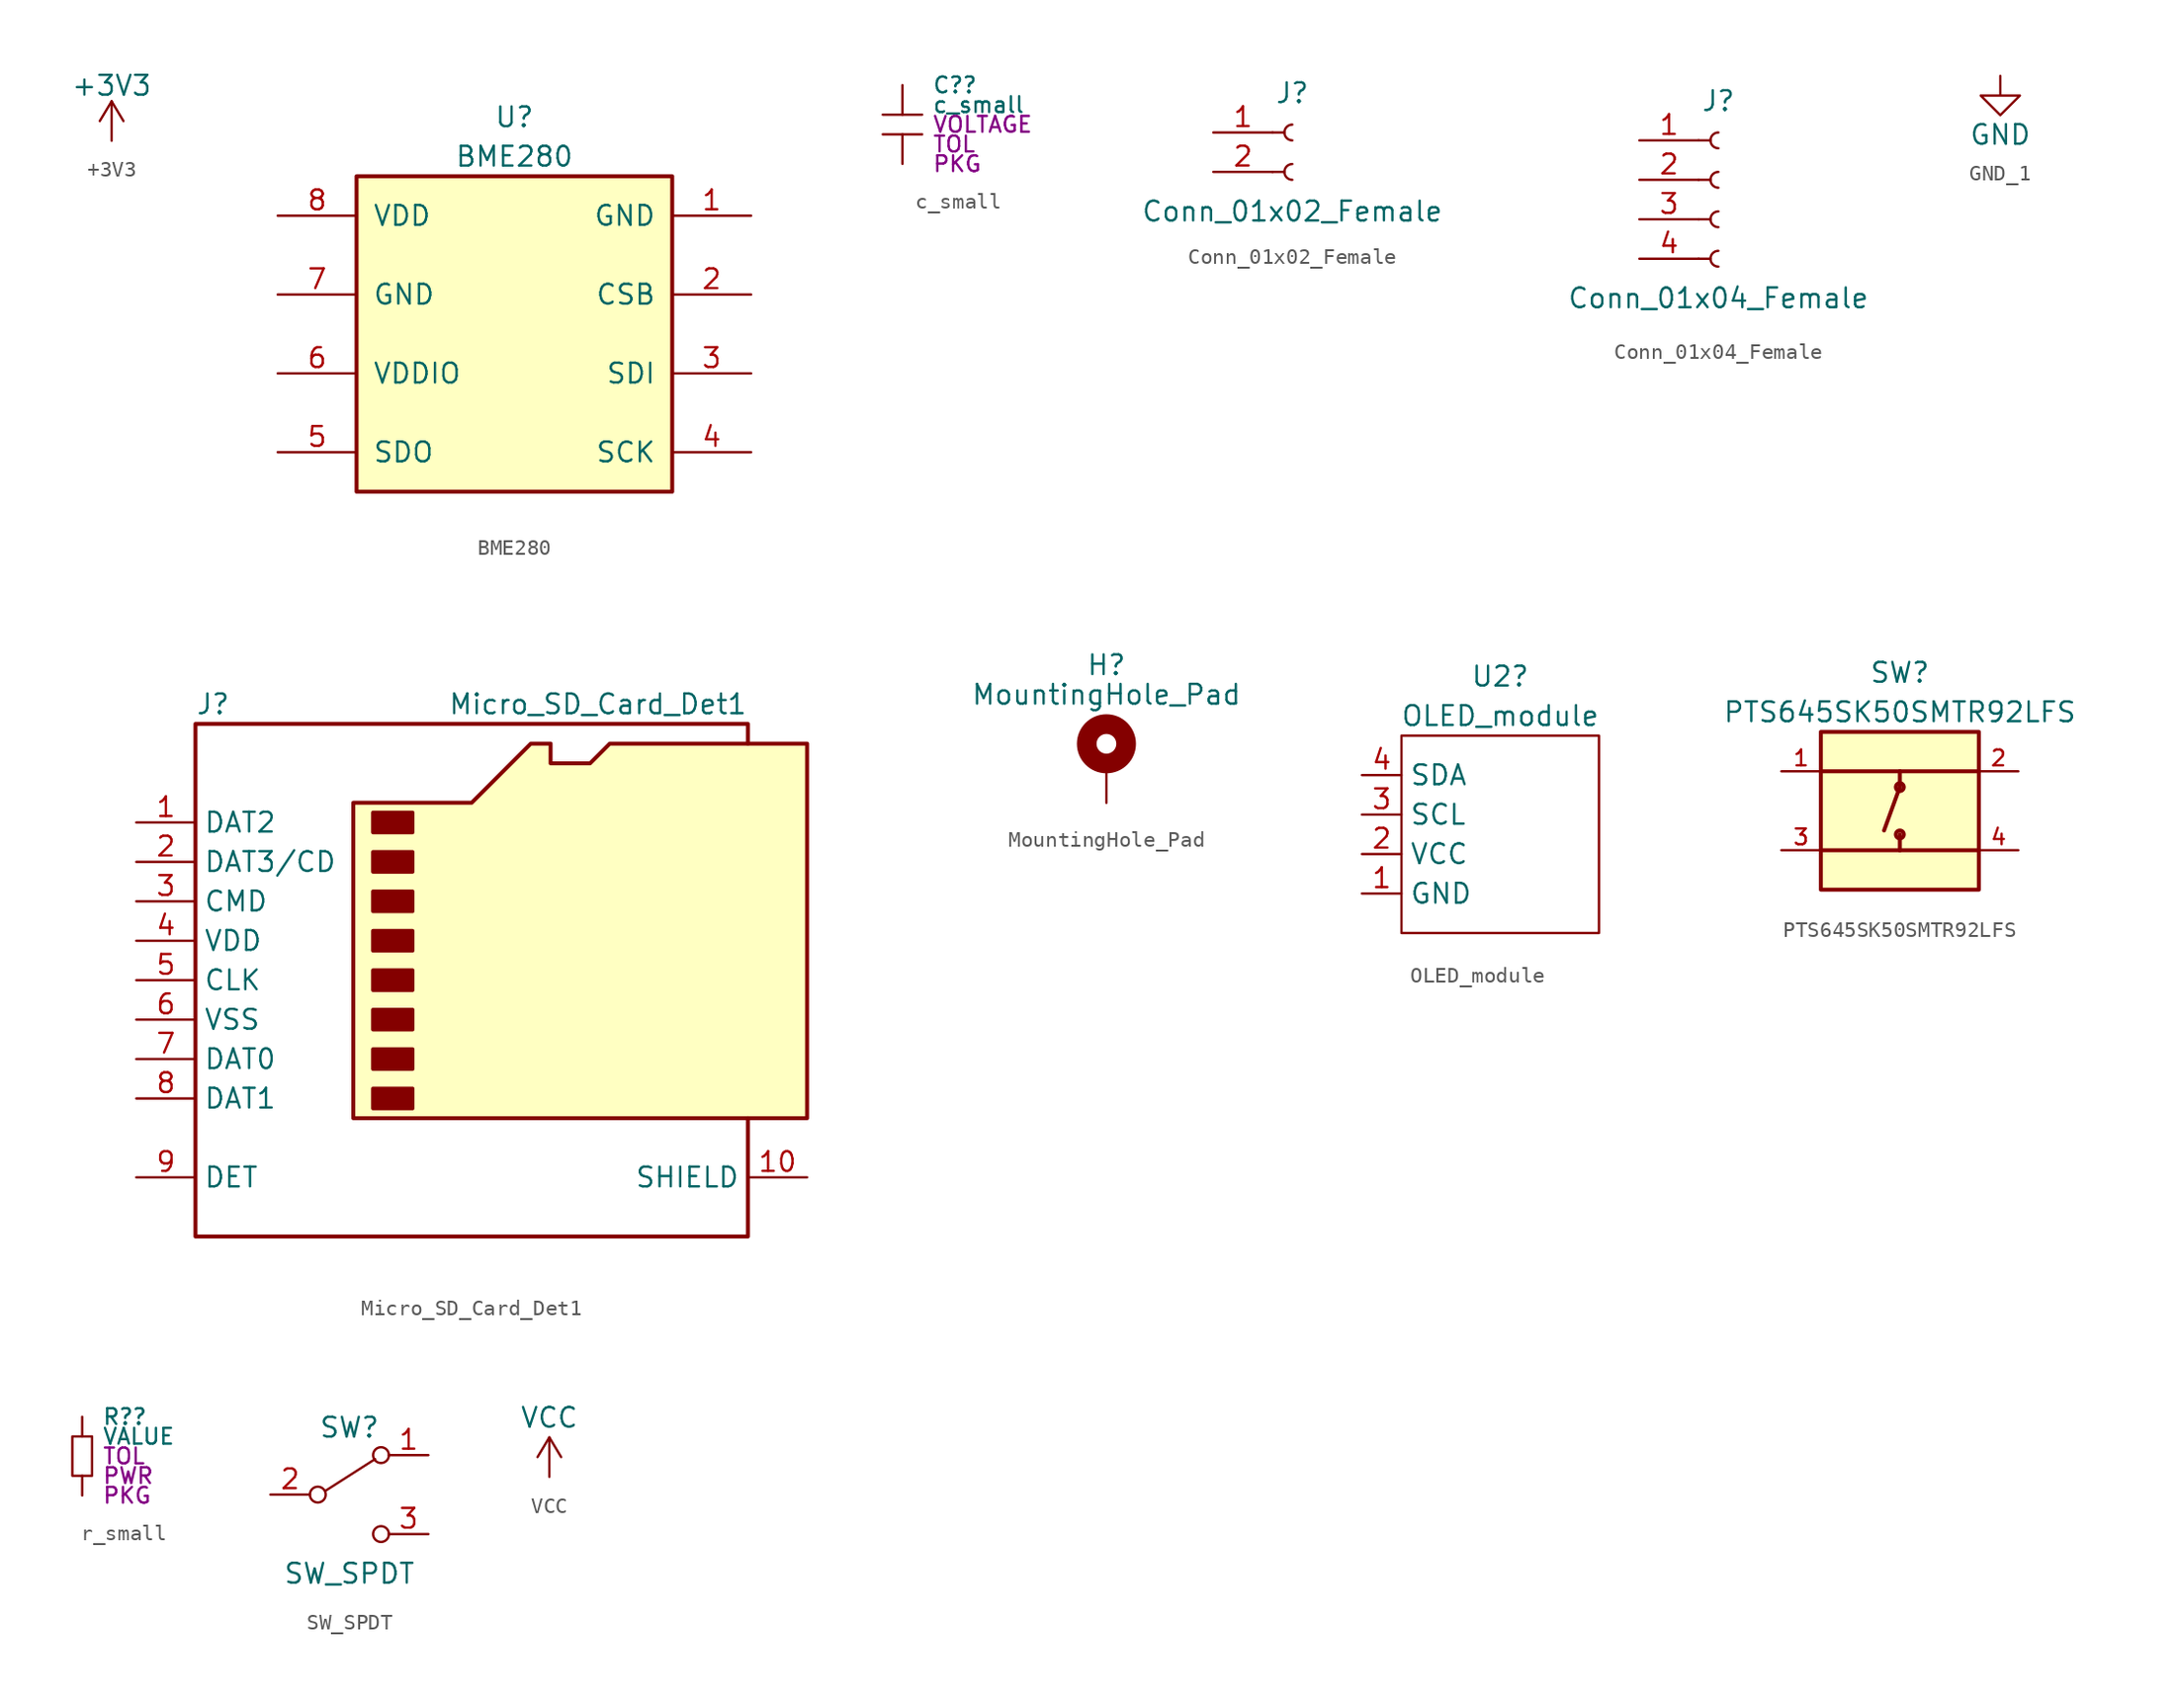
<source format=kicad_sym>
(kicad_symbol_lib
  (version 20241209)
  (generator "kicad_symbol_editor")
  (generator_version "9.0")
  (symbol "+3V3"
    (power)
    (pin_names
      (offset 0))
    (property "Reference" "#PWR"
      (at 0 -3.81 0)
      (effects (font (size 1.27 1.27)) (hide yes)))
    (property "Value" "+3V3"
      (at 0 3.556 0)
      (effects (font (size 1.27 1.27))))
    (symbol "+3V3_0_1"
      (polyline (pts (xy -0.762 1.27) (xy 0 2.54)) (stroke (width 0) (type default)) (fill (type none)))
      (polyline (pts (xy 0 2.54) (xy 0.762 1.27)) (stroke (width 0) (type default)) (fill (type none)))
      (polyline (pts (xy 0 0) (xy 0 2.54)) (stroke (width 0) (type default)) (fill (type none))))
    (symbol "+3V3_1_1"
      (pin power_in line (at 0 0 90) (length 0) (hide yes) (name "+3V3" (effects (font (size 1.27 1.27)))) (number "1" (effects (font (size 1.27 1.27)))))))
  (symbol "BME280"
    (pin_names
      (offset 1.016))
    (property "Reference" "U"
      (at 0 13.97 0)
      (do_not_autoplace)
      (effects (font (size 1.27 1.27))))
    (property "Value" "BME280"
      (at 0 11.43 0)
      (do_not_autoplace)
      (effects (font (size 1.27 1.27))))
    (symbol "BME280_1_1"
      (rectangle (start -10.16 10.16) (end 10.16 -10.16) (stroke (width 0.254) (type default)) (fill (type background)))
      (pin power_in line (at -15.24 7.62 0) (length 5.08) (name "VDD" (effects (font (size 1.27 1.27)))) (number "8" (effects (font (size 1.27 1.27)))))
      (pin power_in line (at -15.24 2.54 0) (length 5.08) (name "GND" (effects (font (size 1.27 1.27)))) (number "7" (effects (font (size 1.27 1.27)))))
      (pin power_in line (at -15.24 -2.54 0) (length 5.08) (name "VDDIO" (effects (font (size 1.27 1.27)))) (number "6" (effects (font (size 1.27 1.27)))))
      (pin bidirectional line (at -15.24 -7.62 0) (length 5.08) (name "SDO" (effects (font (size 1.27 1.27)))) (number "5" (effects (font (size 1.27 1.27)))))
      (pin power_in line (at 15.24 7.62 180) (length 5.08) (name "GND" (effects (font (size 1.27 1.27)))) (number "1" (effects (font (size 1.27 1.27)))))
      (pin input line (at 15.24 2.54 180) (length 5.08) (name "CSB" (effects (font (size 1.27 1.27)))) (number "2" (effects (font (size 1.27 1.27)))))
      (pin bidirectional line (at 15.24 -2.54 180) (length 5.08) (name "SDI" (effects (font (size 1.27 1.27)))) (number "3" (effects (font (size 1.27 1.27)))))
      (pin input line (at 15.24 -7.62 180) (length 5.08) (name "SCK" (effects (font (size 1.27 1.27)))) (number "4" (effects (font (size 1.27 1.27)))))))
  (symbol "c_small"
    (property "Reference" "C?"
      (at 1.905 2.54 0)
      (do_not_autoplace)
      (effects (font (size 1.016 1.016)) (justify left)))
    (property "Value" "c_small"
      (at 1.905 1.27 0)
      (do_not_autoplace)
      (effects (font (size 1.016 1.016)) (justify left)))
    (property "Tolerance" "TOL"
      (at 1.905 -1.27 0)
      (do_not_autoplace)
      (effects (font (size 1.016 1.016)) (justify left)))
    (property "Voltage Rating" "VOLTAGE"
      (at 1.905 0 0)
      (do_not_autoplace)
      (effects (font (size 1.016 1.016)) (justify left)))
    (property "Package" "PKG"
      (at 1.905 -2.54 0)
      (do_not_autoplace)
      (effects (font (size 1.016 1.016)) (justify left)))
    (symbol "c_small_0_1"
      (polyline (pts (xy -1.27 0.635) (xy 1.27 0.635)) (stroke (width 0) (type default)) (fill (type none)))
      (polyline (pts (xy -1.27 -0.635) (xy 1.27 -0.635)) (stroke (width 0) (type default)) (fill (type none))))
    (symbol "c_small_1_1"
      (pin passive line (at 0 2.54 270) (length 1.905) (name "" (effects (font (size 0 0)))) (number "1" (effects (font (size 0 0)))))
      (pin passive line (at 0 -2.54 90) (length 1.905) (name "" (effects (font (size 0 0)))) (number "2" (effects (font (size 0 0)))))))
  (symbol "Conn_01x02_Female"
    (pin_names
      (offset 1.016)
      (hide yes))
    (property "Reference" "J"
      (at 0 3.81 0)
      (do_not_autoplace)
      (effects (font (size 1.27 1.27))))
    (property "Value" "Conn_01x02_Female"
      (at 0 -3.81 0)
      (do_not_autoplace)
      (effects (font (size 1.27 1.27))))
    (symbol "Conn_01x02_Female_1_1"
      (polyline (pts (xy -1.27 1.27) (xy -0.508 1.27)) (stroke (width 0.152) (type default)) (fill (type none)))
      (polyline (pts (xy -1.27 -1.27) (xy -0.508 -1.27)) (stroke (width 0.152) (type default)) (fill (type none)))
      (arc (start 0 0.762) (mid -0.5058 1.27) (end 0 1.778) (stroke (width 0.1524) (type default)) (fill (type none)))
      (arc (start 0 -1.778) (mid -0.5058 -1.27) (end 0 -0.762) (stroke (width 0.1524) (type default)) (fill (type none)))
      (pin passive line (at -5.08 1.27 0) (length 3.81) (name "Pin_1" (effects (font (size 1.27 1.27)))) (number "1" (effects (font (size 1.27 1.27)))))
      (pin passive line (at -5.08 -1.27 0) (length 3.81) (name "Pin_2" (effects (font (size 1.27 1.27)))) (number "2" (effects (font (size 1.27 1.27)))))))
  (symbol "Conn_01x04_Female"
    (pin_names
      (offset 1.016)
      (hide yes))
    (property "Reference" "J"
      (at 0 6.35 0)
      (do_not_autoplace)
      (effects (font (size 1.27 1.27))))
    (property "Value" "Conn_01x04_Female"
      (at 0 -6.35 0)
      (do_not_autoplace)
      (effects (font (size 1.27 1.27))))
    (symbol "Conn_01x04_Female_1_1"
      (polyline (pts (xy -1.27 3.81) (xy -0.508 3.81)) (stroke (width 0.152) (type default)) (fill (type none)))
      (polyline (pts (xy -1.27 1.27) (xy -0.508 1.27)) (stroke (width 0.152) (type default)) (fill (type none)))
      (polyline (pts (xy -1.27 -1.27) (xy -0.508 -1.27)) (stroke (width 0.152) (type default)) (fill (type none)))
      (polyline (pts (xy -1.27 -3.81) (xy -0.508 -3.81)) (stroke (width 0.152) (type default)) (fill (type none)))
      (arc (start 0 3.302) (mid -0.5058 3.81) (end 0 4.318) (stroke (width 0.1524) (type default)) (fill (type none)))
      (arc (start 0 0.762) (mid -0.5058 1.27) (end 0 1.778) (stroke (width 0.1524) (type default)) (fill (type none)))
      (arc (start 0 -1.778) (mid -0.5058 -1.27) (end 0 -0.762) (stroke (width 0.1524) (type default)) (fill (type none)))
      (arc (start 0 -4.318) (mid -0.5058 -3.81) (end 0 -3.302) (stroke (width 0.1524) (type default)) (fill (type none)))
      (pin passive line (at -5.08 3.81 0) (length 3.81) (name "Pin_1" (effects (font (size 1.27 1.27)))) (number "1" (effects (font (size 1.27 1.27)))))
      (pin passive line (at -5.08 1.27 0) (length 3.81) (name "Pin_2" (effects (font (size 1.27 1.27)))) (number "2" (effects (font (size 1.27 1.27)))))
      (pin passive line (at -5.08 -1.27 0) (length 3.81) (name "Pin_3" (effects (font (size 1.27 1.27)))) (number "3" (effects (font (size 1.27 1.27)))))
      (pin passive line (at -5.08 -3.81 0) (length 3.81) (name "Pin_4" (effects (font (size 1.27 1.27)))) (number "4" (effects (font (size 1.27 1.27)))))))
  (symbol "GND_1"
    (power)
    (pin_names
      (offset 0))
    (property "Reference" "#PWR"
      (at 0 -6.35 0)
      (effects (font (size 1.27 1.27)) (hide yes)))
    (property "Value" "GND"
      (at 0 -3.81 0)
      (effects (font (size 1.27 1.27))))
    (symbol "GND_1_0_1"
      (polyline (pts (xy 0 0) (xy 0 -1.27) (xy 1.27 -1.27) (xy 0 -2.54) (xy -1.27 -1.27) (xy 0 -1.27)) (stroke (width 0) (type default)) (fill (type none))))
    (symbol "GND_1_1_1"
      (pin power_in line (at 0 0 270) (length 0) (hide yes) (name "GND" (effects (font (size 1.27 1.27)))) (number "1" (effects (font (size 1.27 1.27)))))))
  (symbol "Micro_SD_Card_Det1"
    (property "Reference" "J"
      (at -19.05 17.78 0)
      (do_not_autoplace)
      (effects (font (size 1.27 1.27)) (justify left)))
    (property "Value" "Micro_SD_Card_Det1"
      (at 16.51 17.78 0)
      (do_not_autoplace)
      (effects (font (size 1.27 1.27)) (justify right)))
    (symbol "Micro_SD_Card_Det1_0_1"
      (polyline (pts (xy -8.89 -8.89) (xy -8.89 11.43) (xy -1.27 11.43) (xy 2.54 15.24) (xy 3.81 15.24) (xy 3.81 13.97) (xy 6.35 13.97) (xy 7.62 15.24) (xy 20.32 15.24) (xy 20.32 -8.89) (xy -8.89 -8.89)) (stroke (width 0.254) (type default)) (fill (type background)))
      (rectangle (start -7.62 10.795) (end -5.08 9.525) (stroke (width 0.254) (type default)) (fill (type outline)))
      (rectangle (start -7.62 8.255) (end -5.08 6.985) (stroke (width 0.254) (type default)) (fill (type outline)))
      (rectangle (start -7.62 5.715) (end -5.08 4.445) (stroke (width 0.254) (type default)) (fill (type outline)))
      (rectangle (start -7.62 3.175) (end -5.08 1.905) (stroke (width 0.254) (type default)) (fill (type outline)))
      (rectangle (start -7.62 0.635) (end -5.08 -0.635) (stroke (width 0.254) (type default)) (fill (type outline)))
      (rectangle (start -7.62 -1.905) (end -5.08 -3.175) (stroke (width 0.254) (type default)) (fill (type outline)))
      (rectangle (start -7.62 -4.445) (end -5.08 -5.715) (stroke (width 0.254) (type default)) (fill (type outline)))
      (rectangle (start -7.62 -6.985) (end -5.08 -8.255) (stroke (width 0.254) (type default)) (fill (type outline)))
      (polyline (pts (xy 16.51 15.24) (xy 16.51 16.51) (xy -19.05 16.51) (xy -19.05 -16.51) (xy 16.51 -16.51) (xy 16.51 -8.89)) (stroke (width 0.254) (type default)) (fill (type none))))
    (symbol "Micro_SD_Card_Det1_1_1"
      (pin bidirectional line (at -22.86 10.16 0) (length 3.81) (name "DAT2" (effects (font (size 1.27 1.27)))) (number "1" (effects (font (size 1.27 1.27)))))
      (pin bidirectional line (at -22.86 7.62 0) (length 3.81) (name "DAT3/CD" (effects (font (size 1.27 1.27)))) (number "2" (effects (font (size 1.27 1.27)))))
      (pin input line (at -22.86 5.08 0) (length 3.81) (name "CMD" (effects (font (size 1.27 1.27)))) (number "3" (effects (font (size 1.27 1.27)))))
      (pin power_in line (at -22.86 2.54 0) (length 3.81) (name "VDD" (effects (font (size 1.27 1.27)))) (number "4" (effects (font (size 1.27 1.27)))))
      (pin input line (at -22.86 0 0) (length 3.81) (name "CLK" (effects (font (size 1.27 1.27)))) (number "5" (effects (font (size 1.27 1.27)))))
      (pin power_in line (at -22.86 -2.54 0) (length 3.81) (name "VSS" (effects (font (size 1.27 1.27)))) (number "6" (effects (font (size 1.27 1.27)))))
      (pin bidirectional line (at -22.86 -5.08 0) (length 3.81) (name "DAT0" (effects (font (size 1.27 1.27)))) (number "7" (effects (font (size 1.27 1.27)))))
      (pin bidirectional line (at -22.86 -7.62 0) (length 3.81) (name "DAT1" (effects (font (size 1.27 1.27)))) (number "8" (effects (font (size 1.27 1.27)))))
      (pin passive line (at -22.86 -12.7 0) (length 3.81) (name "DET" (effects (font (size 1.27 1.27)))) (number "9" (effects (font (size 1.27 1.27)))))
      (pin passive line (at 20.32 -12.7 180) (length 3.81) (name "SHIELD" (effects (font (size 1.27 1.27)))) (number "10" (effects (font (size 1.27 1.27)))))))
  (symbol "MountingHole_Pad"
    (pin_numbers
      (hide yes))
    (pin_names
      (offset 1.016)
      (hide yes))
    (property "Reference" "H"
      (at 0 6.35 0)
      (do_not_autoplace)
      (effects (font (size 1.27 1.27))))
    (property "Value" "MountingHole_Pad"
      (at 0 4.445 0)
      (do_not_autoplace)
      (effects (font (size 1.27 1.27))))
    (symbol "MountingHole_Pad_0_1"
      (circle (center 0 1.27) (radius 1.27) (stroke (width 1.27) (type default)) (fill (type none))))
    (symbol "MountingHole_Pad_1_1"
      (pin input line (at 0 -2.54 90) (length 2.54) (name "1" (effects (font (size 1.27 1.27)))) (number "1" (effects (font (size 1.27 1.27)))))))
  (symbol "OLED_module"
    (property "Reference" "U2"
      (at 0 10.16 0)
      (do_not_autoplace)
      (effects (font (size 1.27 1.27))))
    (property "Value" "OLED_module"
      (at 0 7.62 0)
      (do_not_autoplace)
      (effects (font (size 1.27 1.27))))
    (symbol "OLED_module_0_1"
      (rectangle (start -6.35 6.35) (end 6.35 -6.35) (stroke (width 0) (type default)) (fill (type none))))
    (symbol "OLED_module_1_1"
      (pin bidirectional line (at -8.89 3.81 0) (length 2.54) (name "SDA" (effects (font (size 1.27 1.27)))) (number "4" (effects (font (size 1.27 1.27)))))
      (pin input line (at -8.89 1.27 0) (length 2.54) (name "SCL" (effects (font (size 1.27 1.27)))) (number "3" (effects (font (size 1.27 1.27)))))
      (pin power_in line (at -8.89 -1.27 0) (length 2.54) (name "VCC" (effects (font (size 1.27 1.27)))) (number "2" (effects (font (size 1.27 1.27)))))
      (pin passive line (at -8.89 -3.81 0) (length 2.54) (name "GND" (effects (font (size 1.27 1.27)))) (number "1" (effects (font (size 1.27 1.27)))))))
  (symbol "PTS645SK50SMTR92LFS"
    (pin_names
      (offset 1.016))
    (property "Reference" "SW"
      (at 0 8.89 0)
      (do_not_autoplace)
      (effects (font (size 1.27 1.27))))
    (property "Value" "PTS645SK50SMTR92LFS"
      (at 0 6.35 0)
      (do_not_autoplace)
      (effects (font (size 1.27 1.27))))
    (symbol "PTS645SK50SMTR92LFS_0_0"
      (polyline (pts (xy -5.08 2.54) (xy 0 2.54)) (stroke (width 0.254) (type default)) (fill (type none)))
      (rectangle (start -5.08 -5.08) (end 5.08 5.08) (stroke (width 0.254) (type default)) (fill (type background)))
      (polyline (pts (xy 0 2.54) (xy 5.08 2.54)) (stroke (width 0.254) (type default)) (fill (type none)))
      (circle (center 0 1.524) (radius 0.254) (stroke (width 0.254) (type default)) (fill (type none)))
      (polyline (pts (xy 0 1.524) (xy -1.016 -1.27)) (stroke (width 0.254) (type default)) (fill (type none)))
      (polyline (pts (xy 0 1.524) (xy 0 2.54)) (stroke (width 0.254) (type default)) (fill (type none)))
      (circle (center 0 -1.524) (radius 0.254) (stroke (width 0.254) (type default)) (fill (type none)))
      (polyline (pts (xy 0 -2.54) (xy -5.08 -2.54)) (stroke (width 0.254) (type default)) (fill (type none)))
      (polyline (pts (xy 0 -2.54) (xy 0 -1.524)) (stroke (width 0.254) (type default)) (fill (type none)))
      (polyline (pts (xy 5.08 -2.54) (xy 0 -2.54)) (stroke (width 0.254) (type default)) (fill (type none)))
      (pin passive line (at -7.62 2.54 0) (length 2.54) (name "~" (effects (font (size 1.016 1.016)))) (number "1" (effects (font (size 1.016 1.016)))))
      (pin passive line (at -7.62 -2.54 0) (length 2.54) (name "~" (effects (font (size 1.016 1.016)))) (number "3" (effects (font (size 1.016 1.016)))))
      (pin passive line (at 7.62 2.54 180) (length 2.54) (name "~" (effects (font (size 1.016 1.016)))) (number "2" (effects (font (size 1.016 1.016)))))
      (pin passive line (at 7.62 -2.54 180) (length 2.54) (name "~" (effects (font (size 1.016 1.016)))) (number "4" (effects (font (size 1.016 1.016)))))))
  (symbol "r_small"
    (property "Reference" "R?"
      (at 1.27 2.54 0)
      (do_not_autoplace)
      (effects (font (size 1.016 1.016)) (justify left)))
    (property "Value" "VALUE"
      (at 1.27 1.27 0)
      (do_not_autoplace)
      (effects (font (size 1.016 1.016)) (justify left)))
    (property "Tolerance" "TOL"
      (at 1.27 0 0)
      (do_not_autoplace)
      (effects (font (size 1.016 1.016)) (justify left)))
    (property "Power Rating" "PWR"
      (at 1.27 -1.27 0)
      (do_not_autoplace)
      (effects (font (size 1.016 1.016)) (justify left)))
    (property "Package" "PKG"
      (at 1.27 -2.54 0)
      (do_not_autoplace)
      (effects (font (size 1.016 1.016)) (justify left)))
    (symbol "r_small_0_1"
      (polyline (pts (xy -0.635 1.27) (xy -0.635 -1.27) (xy 0.635 -1.27) (xy 0.635 1.27) (xy -0.635 1.27)) (stroke (width 0) (type default)) (fill (type none))))
    (symbol "r_small_1_1"
      (pin passive line (at 0 2.54 270) (length 1.27) (name "" (effects (font (size 0 0)))) (number "1" (effects (font (size 0 0)))))
      (pin passive line (at 0 -2.54 90) (length 1.27) (name "" (effects (font (size 0 0)))) (number "2" (effects (font (size 0 0)))))))
  (symbol "SW_SPDT"
    (pin_names
      (offset 0)
      (hide yes))
    (property "Reference" "SW"
      (at 0 4.318 0)
      (do_not_autoplace)
      (effects (font (size 1.27 1.27))))
    (property "Value" "SW_SPDT"
      (at 0 -5.08 0)
      (do_not_autoplace)
      (effects (font (size 1.27 1.27))))
    (symbol "SW_SPDT_0_0"
      (circle (center -2.032 0) (radius 0.508) (stroke (width 0) (type default)) (fill (type none)))
      (circle (center 2.032 -2.54) (radius 0.508) (stroke (width 0) (type default)) (fill (type none))))
    (symbol "SW_SPDT_0_1"
      (polyline (pts (xy -1.524 0.254) (xy 1.651 2.286)) (stroke (width 0) (type default)) (fill (type none)))
      (circle (center 2.032 2.54) (radius 0.508) (stroke (width 0) (type default)) (fill (type none))))
    (symbol "SW_SPDT_1_1"
      (pin passive line (at -5.08 0 0) (length 2.54) (name "B" (effects (font (size 1.27 1.27)))) (number "2" (effects (font (size 1.27 1.27)))))
      (pin passive line (at 5.08 2.54 180) (length 2.54) (name "A" (effects (font (size 1.27 1.27)))) (number "1" (effects (font (size 1.27 1.27)))))
      (pin passive line (at 5.08 -2.54 180) (length 2.54) (name "C" (effects (font (size 1.27 1.27)))) (number "3" (effects (font (size 1.27 1.27)))))))
  (symbol "VCC"
    (power)
    (pin_names
      (offset 0))
    (property "Reference" "#PWR"
      (at 0 -3.81 0)
      (effects (font (size 1.27 1.27)) (hide yes)))
    (property "Value" "VCC"
      (at 0 3.81 0)
      (effects (font (size 1.27 1.27))))
    (symbol "VCC_0_1"
      (polyline (pts (xy -0.762 1.27) (xy 0 2.54)) (stroke (width 0) (type default)) (fill (type none)))
      (polyline (pts (xy 0 2.54) (xy 0.762 1.27)) (stroke (width 0) (type default)) (fill (type none)))
      (polyline (pts (xy 0 0) (xy 0 2.54)) (stroke (width 0) (type default)) (fill (type none))))
    (symbol "VCC_1_1"
      (pin power_in line (at 0 0 90) (length 0) (hide yes) (name "VCC" (effects (font (size 1.27 1.27)))) (number "1" (effects (font (size 1.27 1.27))))))))
</source>
